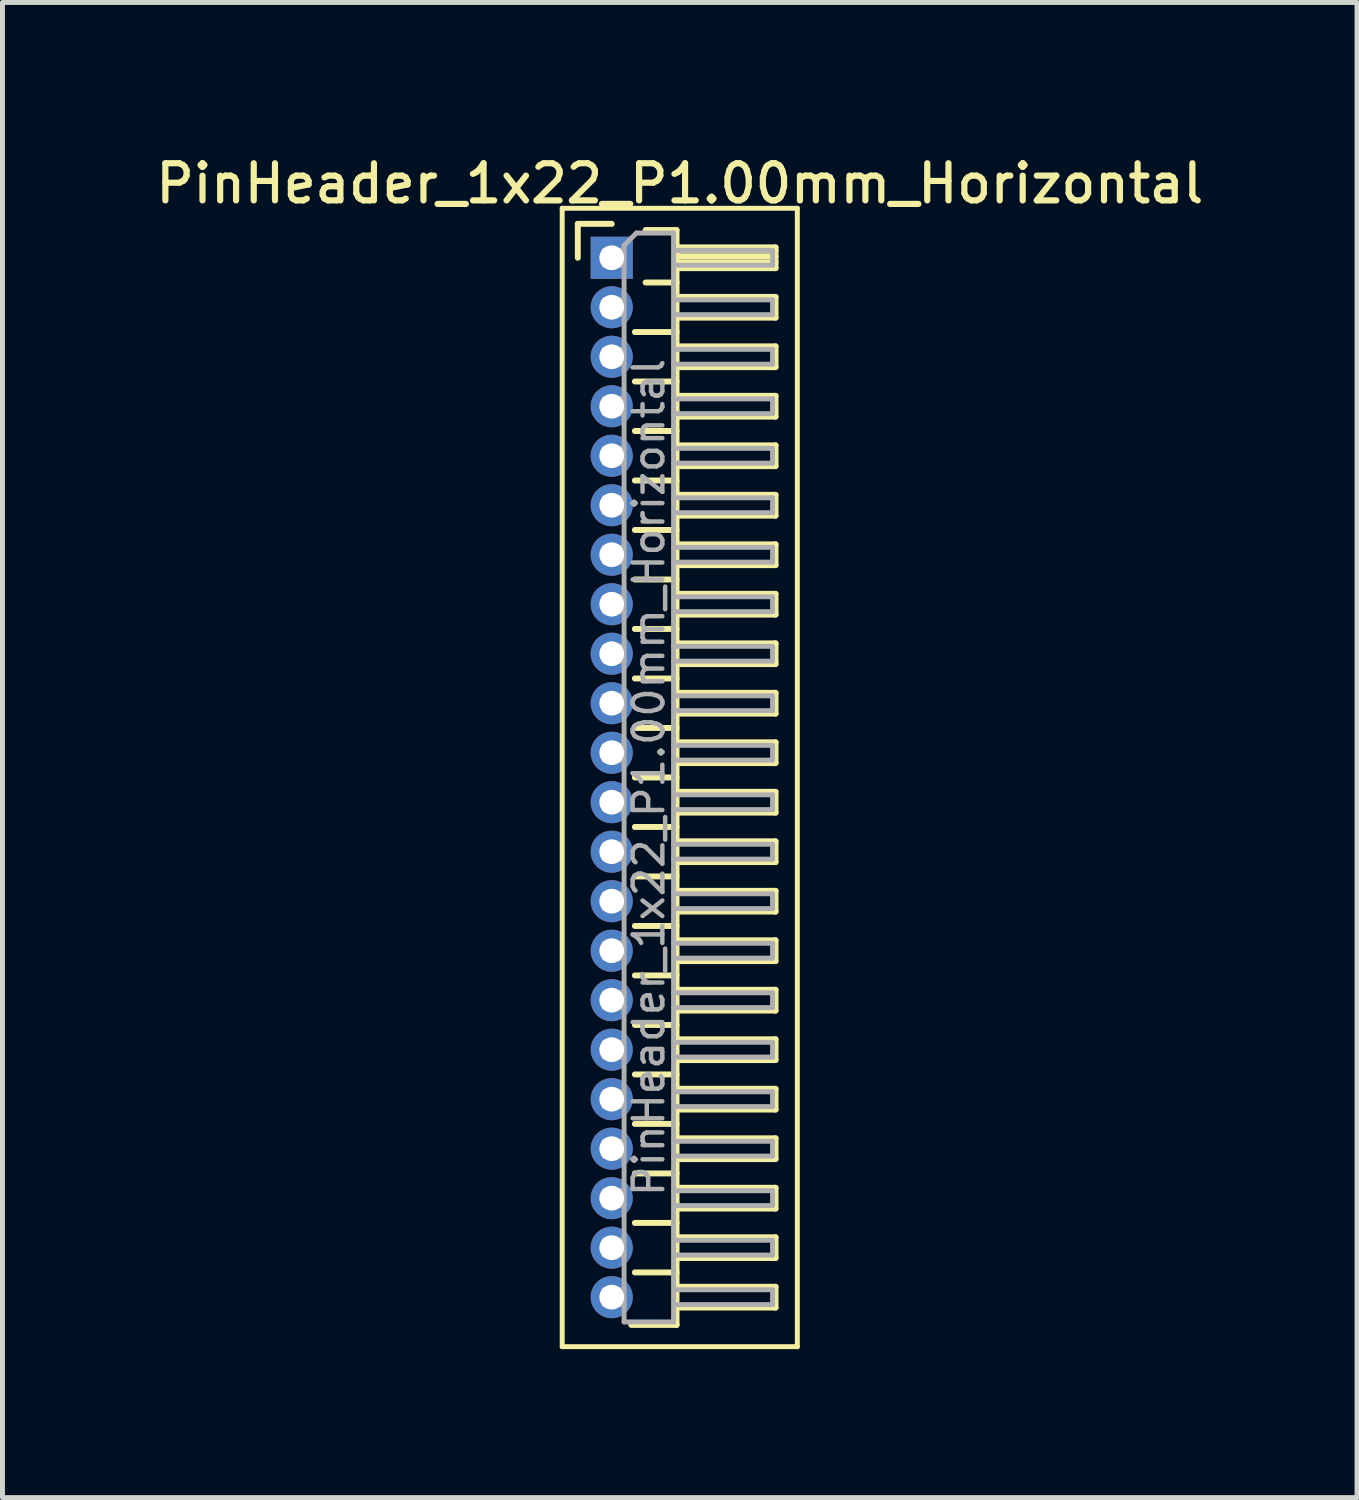
<source format=kicad_pcb>
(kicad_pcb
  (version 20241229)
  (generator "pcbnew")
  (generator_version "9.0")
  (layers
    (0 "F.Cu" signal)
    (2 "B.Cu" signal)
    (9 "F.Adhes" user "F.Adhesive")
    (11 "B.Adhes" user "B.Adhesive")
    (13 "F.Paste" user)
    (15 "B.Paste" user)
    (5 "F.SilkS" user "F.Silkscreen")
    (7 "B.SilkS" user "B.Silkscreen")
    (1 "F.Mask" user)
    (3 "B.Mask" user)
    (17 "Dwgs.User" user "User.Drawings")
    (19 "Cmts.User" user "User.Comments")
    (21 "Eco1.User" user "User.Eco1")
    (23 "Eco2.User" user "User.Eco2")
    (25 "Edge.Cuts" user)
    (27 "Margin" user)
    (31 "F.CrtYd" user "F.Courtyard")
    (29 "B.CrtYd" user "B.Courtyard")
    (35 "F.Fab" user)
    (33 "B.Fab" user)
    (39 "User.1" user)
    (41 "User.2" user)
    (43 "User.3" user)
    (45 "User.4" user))
  (footprint "PinHeader_1x22_P1.00mm_Horizontal"
    (layer "F.Cu")
    (at 9.309 2.158)
    (property "Reference" "PinHeader_1x22_P1.00mm_Horizontal" (at 1.375 -1.5 0) (layer "F.SilkS") (effects (font (size 0.75 0.75) (thickness 0.125))))
    (attr through_hole)
    (fp_line (start -1 -1) (end -1 22) (stroke (width 0.1) (type solid)) (layer "F.SilkS"))
    (fp_line (start -1 22) (end 3.75 22) (stroke (width 0.1) (type solid)) (layer "F.SilkS"))
    (fp_line (start -0.685 -0.685) (end 0 -0.685) (stroke (width 0.12) (type solid)) (layer "F.SilkS"))
    (fp_line (start -0.685 0) (end -0.685 -0.685) (stroke (width 0.12) (type solid)) (layer "F.SilkS"))
    (fp_line (start 0.468 1.5) (end 1.31 1.5) (stroke (width 0.12) (type solid)) (layer "F.SilkS"))
    (fp_line (start 0.468 2.5) (end 1.31 2.5) (stroke (width 0.12) (type solid)) (layer "F.SilkS"))
    (fp_line (start 0.468 3.5) (end 1.31 3.5) (stroke (width 0.12) (type solid)) (layer "F.SilkS"))
    (fp_line (start 0.468 4.5) (end 1.31 4.5) (stroke (width 0.12) (type solid)) (layer "F.SilkS"))
    (fp_line (start 0.468 5.5) (end 1.31 5.5) (stroke (width 0.12) (type solid)) (layer "F.SilkS"))
    (fp_line (start 0.468 6.5) (end 1.31 6.5) (stroke (width 0.12) (type solid)) (layer "F.SilkS"))
    (fp_line (start 0.468 7.5) (end 1.31 7.5) (stroke (width 0.12) (type solid)) (layer "F.SilkS"))
    (fp_line (start 0.468 8.5) (end 1.31 8.5) (stroke (width 0.12) (type solid)) (layer "F.SilkS"))
    (fp_line (start 0.468 9.5) (end 1.31 9.5) (stroke (width 0.12) (type solid)) (layer "F.SilkS"))
    (fp_line (start 0.468 10.5) (end 1.31 10.5) (stroke (width 0.12) (type solid)) (layer "F.SilkS"))
    (fp_line (start 0.468 11.5) (end 1.31 11.5) (stroke (width 0.12) (type solid)) (layer "F.SilkS"))
    (fp_line (start 0.468 12.5) (end 1.31 12.5) (stroke (width 0.12) (type solid)) (layer "F.SilkS"))
    (fp_line (start 0.468 13.5) (end 1.31 13.5) (stroke (width 0.12) (type solid)) (layer "F.SilkS"))
    (fp_line (start 0.468 14.5) (end 1.31 14.5) (stroke (width 0.12) (type solid)) (layer "F.SilkS"))
    (fp_line (start 0.468 15.5) (end 1.31 15.5) (stroke (width 0.12) (type solid)) (layer "F.SilkS"))
    (fp_line (start 0.468 16.5) (end 1.31 16.5) (stroke (width 0.12) (type solid)) (layer "F.SilkS"))
    (fp_line (start 0.468 17.5) (end 1.31 17.5) (stroke (width 0.12) (type solid)) (layer "F.SilkS"))
    (fp_line (start 0.468 18.5) (end 1.31 18.5) (stroke (width 0.12) (type solid)) (layer "F.SilkS"))
    (fp_line (start 0.468 19.5) (end 1.31 19.5) (stroke (width 0.12) (type solid)) (layer "F.SilkS"))
    (fp_line (start 0.468 20.5) (end 1.31 20.5) (stroke (width 0.12) (type solid)) (layer "F.SilkS"))
    (fp_line (start 0.685 -0.56) (end 1.31 -0.56) (stroke (width 0.12) (type solid)) (layer "F.SilkS"))
    (fp_line (start 0.685 0.5) (end 1.31 0.5) (stroke (width 0.12) (type solid)) (layer "F.SilkS"))
    (fp_line (start 1.31 -0.56) (end 1.31 21.56) (stroke (width 0.12) (type solid)) (layer "F.SilkS"))
    (fp_line (start 1.31 -0.21) (end 3.31 -0.21) (stroke (width 0.12) (type solid)) (layer "F.SilkS"))
    (fp_line (start 1.31 -0.15) (end 3.31 -0.15) (stroke (width 0.12) (type solid)) (layer "F.SilkS"))
    (fp_line (start 1.31 -0.03) (end 3.31 -0.03) (stroke (width 0.12) (type solid)) (layer "F.SilkS"))
    (fp_line (start 1.31 0.09) (end 3.31 0.09) (stroke (width 0.12) (type solid)) (layer "F.SilkS"))
    (fp_line (start 1.31 0.79) (end 3.31 0.79) (stroke (width 0.12) (type solid)) (layer "F.SilkS"))
    (fp_line (start 1.31 1.79) (end 3.31 1.79) (stroke (width 0.12) (type solid)) (layer "F.SilkS"))
    (fp_line (start 1.31 2.79) (end 3.31 2.79) (stroke (width 0.12) (type solid)) (layer "F.SilkS"))
    (fp_line (start 1.31 3.79) (end 3.31 3.79) (stroke (width 0.12) (type solid)) (layer "F.SilkS"))
    (fp_line (start 1.31 4.79) (end 3.31 4.79) (stroke (width 0.12) (type solid)) (layer "F.SilkS"))
    (fp_line (start 1.31 5.79) (end 3.31 5.79) (stroke (width 0.12) (type solid)) (layer "F.SilkS"))
    (fp_line (start 1.31 6.79) (end 3.31 6.79) (stroke (width 0.12) (type solid)) (layer "F.SilkS"))
    (fp_line (start 1.31 7.79) (end 3.31 7.79) (stroke (width 0.12) (type solid)) (layer "F.SilkS"))
    (fp_line (start 1.31 8.79) (end 3.31 8.79) (stroke (width 0.12) (type solid)) (layer "F.SilkS"))
    (fp_line (start 1.31 9.79) (end 3.31 9.79) (stroke (width 0.12) (type solid)) (layer "F.SilkS"))
    (fp_line (start 1.31 10.79) (end 3.31 10.79) (stroke (width 0.12) (type solid)) (layer "F.SilkS"))
    (fp_line (start 1.31 11.79) (end 3.31 11.79) (stroke (width 0.12) (type solid)) (layer "F.SilkS"))
    (fp_line (start 1.31 12.79) (end 3.31 12.79) (stroke (width 0.12) (type solid)) (layer "F.SilkS"))
    (fp_line (start 1.31 13.79) (end 3.31 13.79) (stroke (width 0.12) (type solid)) (layer "F.SilkS"))
    (fp_line (start 1.31 14.79) (end 3.31 14.79) (stroke (width 0.12) (type solid)) (layer "F.SilkS"))
    (fp_line (start 1.31 15.79) (end 3.31 15.79) (stroke (width 0.12) (type solid)) (layer "F.SilkS"))
    (fp_line (start 1.31 16.79) (end 3.31 16.79) (stroke (width 0.12) (type solid)) (layer "F.SilkS"))
    (fp_line (start 1.31 17.79) (end 3.31 17.79) (stroke (width 0.12) (type solid)) (layer "F.SilkS"))
    (fp_line (start 1.31 18.79) (end 3.31 18.79) (stroke (width 0.12) (type solid)) (layer "F.SilkS"))
    (fp_line (start 1.31 19.79) (end 3.31 19.79) (stroke (width 0.12) (type solid)) (layer "F.SilkS"))
    (fp_line (start 1.31 20.79) (end 3.31 20.79) (stroke (width 0.12) (type solid)) (layer "F.SilkS"))
    (fp_line (start 1.31 21.56) (end 0.394 21.56) (stroke (width 0.12) (type solid)) (layer "F.SilkS"))
    (fp_line (start 3.31 -0.21) (end 3.31 0.21) (stroke (width 0.12) (type solid)) (layer "F.SilkS"))
    (fp_line (start 3.31 0.21) (end 1.31 0.21) (stroke (width 0.12) (type solid)) (layer "F.SilkS"))
    (fp_line (start 3.31 0.79) (end 3.31 1.21) (stroke (width 0.12) (type solid)) (layer "F.SilkS"))
    (fp_line (start 3.31 1.21) (end 1.31 1.21) (stroke (width 0.12) (type solid)) (layer "F.SilkS"))
    (fp_line (start 3.31 1.79) (end 3.31 2.21) (stroke (width 0.12) (type solid)) (layer "F.SilkS"))
    (fp_line (start 3.31 2.21) (end 1.31 2.21) (stroke (width 0.12) (type solid)) (layer "F.SilkS"))
    (fp_line (start 3.31 2.79) (end 3.31 3.21) (stroke (width 0.12) (type solid)) (layer "F.SilkS"))
    (fp_line (start 3.31 3.21) (end 1.31 3.21) (stroke (width 0.12) (type solid)) (layer "F.SilkS"))
    (fp_line (start 3.31 3.79) (end 3.31 4.21) (stroke (width 0.12) (type solid)) (layer "F.SilkS"))
    (fp_line (start 3.31 4.21) (end 1.31 4.21) (stroke (width 0.12) (type solid)) (layer "F.SilkS"))
    (fp_line (start 3.31 4.79) (end 3.31 5.21) (stroke (width 0.12) (type solid)) (layer "F.SilkS"))
    (fp_line (start 3.31 5.21) (end 1.31 5.21) (stroke (width 0.12) (type solid)) (layer "F.SilkS"))
    (fp_line (start 3.31 5.79) (end 3.31 6.21) (stroke (width 0.12) (type solid)) (layer "F.SilkS"))
    (fp_line (start 3.31 6.21) (end 1.31 6.21) (stroke (width 0.12) (type solid)) (layer "F.SilkS"))
    (fp_line (start 3.31 6.79) (end 3.31 7.21) (stroke (width 0.12) (type solid)) (layer "F.SilkS"))
    (fp_line (start 3.31 7.21) (end 1.31 7.21) (stroke (width 0.12) (type solid)) (layer "F.SilkS"))
    (fp_line (start 3.31 7.79) (end 3.31 8.21) (stroke (width 0.12) (type solid)) (layer "F.SilkS"))
    (fp_line (start 3.31 8.21) (end 1.31 8.21) (stroke (width 0.12) (type solid)) (layer "F.SilkS"))
    (fp_line (start 3.31 8.79) (end 3.31 9.21) (stroke (width 0.12) (type solid)) (layer "F.SilkS"))
    (fp_line (start 3.31 9.21) (end 1.31 9.21) (stroke (width 0.12) (type solid)) (layer "F.SilkS"))
    (fp_line (start 3.31 9.79) (end 3.31 10.21) (stroke (width 0.12) (type solid)) (layer "F.SilkS"))
    (fp_line (start 3.31 10.21) (end 1.31 10.21) (stroke (width 0.12) (type solid)) (layer "F.SilkS"))
    (fp_line (start 3.31 10.79) (end 3.31 11.21) (stroke (width 0.12) (type solid)) (layer "F.SilkS"))
    (fp_line (start 3.31 11.21) (end 1.31 11.21) (stroke (width 0.12) (type solid)) (layer "F.SilkS"))
    (fp_line (start 3.31 11.79) (end 3.31 12.21) (stroke (width 0.12) (type solid)) (layer "F.SilkS"))
    (fp_line (start 3.31 12.21) (end 1.31 12.21) (stroke (width 0.12) (type solid)) (layer "F.SilkS"))
    (fp_line (start 3.31 12.79) (end 3.31 13.21) (stroke (width 0.12) (type solid)) (layer "F.SilkS"))
    (fp_line (start 3.31 13.21) (end 1.31 13.21) (stroke (width 0.12) (type solid)) (layer "F.SilkS"))
    (fp_line (start 3.31 13.79) (end 3.31 14.21) (stroke (width 0.12) (type solid)) (layer "F.SilkS"))
    (fp_line (start 3.31 14.21) (end 1.31 14.21) (stroke (width 0.12) (type solid)) (layer "F.SilkS"))
    (fp_line (start 3.31 14.79) (end 3.31 15.21) (stroke (width 0.12) (type solid)) (layer "F.SilkS"))
    (fp_line (start 3.31 15.21) (end 1.31 15.21) (stroke (width 0.12) (type solid)) (layer "F.SilkS"))
    (fp_line (start 3.31 15.79) (end 3.31 16.21) (stroke (width 0.12) (type solid)) (layer "F.SilkS"))
    (fp_line (start 3.31 16.21) (end 1.31 16.21) (stroke (width 0.12) (type solid)) (layer "F.SilkS"))
    (fp_line (start 3.31 16.79) (end 3.31 17.21) (stroke (width 0.12) (type solid)) (layer "F.SilkS"))
    (fp_line (start 3.31 17.21) (end 1.31 17.21) (stroke (width 0.12) (type solid)) (layer "F.SilkS"))
    (fp_line (start 3.31 17.79) (end 3.31 18.21) (stroke (width 0.12) (type solid)) (layer "F.SilkS"))
    (fp_line (start 3.31 18.21) (end 1.31 18.21) (stroke (width 0.12) (type solid)) (layer "F.SilkS"))
    (fp_line (start 3.31 18.79) (end 3.31 19.21) (stroke (width 0.12) (type solid)) (layer "F.SilkS"))
    (fp_line (start 3.31 19.21) (end 1.31 19.21) (stroke (width 0.12) (type solid)) (layer "F.SilkS"))
    (fp_line (start 3.31 19.79) (end 3.31 20.21) (stroke (width 0.12) (type solid)) (layer "F.SilkS"))
    (fp_line (start 3.31 20.21) (end 1.31 20.21) (stroke (width 0.12) (type solid)) (layer "F.SilkS"))
    (fp_line (start 3.31 20.79) (end 3.31 21.21) (stroke (width 0.12) (type solid)) (layer "F.SilkS"))
    (fp_line (start 3.31 21.21) (end 1.31 21.21) (stroke (width 0.12) (type solid)) (layer "F.SilkS"))
    (fp_line (start 3.75 -1) (end -1 -1) (stroke (width 0.1) (type solid)) (layer "F.SilkS"))
    (fp_line (start 3.75 22) (end 3.75 -1) (stroke (width 0.1) (type solid)) (layer "F.SilkS"))
    (fp_line (start -0.15 -0.15) (end -0.15 0.15) (stroke (width 0.1) (type solid)) (layer "F.Fab"))
    (fp_line (start -0.15 -0.15) (end 0.25 -0.15) (stroke (width 0.1) (type solid)) (layer "F.Fab"))
    (fp_line (start -0.15 0.15) (end 0.25 0.15) (stroke (width 0.1) (type solid)) (layer "F.Fab"))
    (fp_line (start -0.15 0.85) (end -0.15 1.15) (stroke (width 0.1) (type solid)) (layer "F.Fab"))
    (fp_line (start -0.15 0.85) (end 0.25 0.85) (stroke (width 0.1) (type solid)) (layer "F.Fab"))
    (fp_line (start -0.15 1.15) (end 0.25 1.15) (stroke (width 0.1) (type solid)) (layer "F.Fab"))
    (fp_line (start -0.15 1.85) (end -0.15 2.15) (stroke (width 0.1) (type solid)) (layer "F.Fab"))
    (fp_line (start -0.15 1.85) (end 0.25 1.85) (stroke (width 0.1) (type solid)) (layer "F.Fab"))
    (fp_line (start -0.15 2.15) (end 0.25 2.15) (stroke (width 0.1) (type solid)) (layer "F.Fab"))
    (fp_line (start -0.15 2.85) (end -0.15 3.15) (stroke (width 0.1) (type solid)) (layer "F.Fab"))
    (fp_line (start -0.15 2.85) (end 0.25 2.85) (stroke (width 0.1) (type solid)) (layer "F.Fab"))
    (fp_line (start -0.15 3.15) (end 0.25 3.15) (stroke (width 0.1) (type solid)) (layer "F.Fab"))
    (fp_line (start -0.15 3.85) (end -0.15 4.15) (stroke (width 0.1) (type solid)) (layer "F.Fab"))
    (fp_line (start -0.15 3.85) (end 0.25 3.85) (stroke (width 0.1) (type solid)) (layer "F.Fab"))
    (fp_line (start -0.15 4.15) (end 0.25 4.15) (stroke (width 0.1) (type solid)) (layer "F.Fab"))
    (fp_line (start -0.15 4.85) (end -0.15 5.15) (stroke (width 0.1) (type solid)) (layer "F.Fab"))
    (fp_line (start -0.15 4.85) (end 0.25 4.85) (stroke (width 0.1) (type solid)) (layer "F.Fab"))
    (fp_line (start -0.15 5.15) (end 0.25 5.15) (stroke (width 0.1) (type solid)) (layer "F.Fab"))
    (fp_line (start -0.15 5.85) (end -0.15 6.15) (stroke (width 0.1) (type solid)) (layer "F.Fab"))
    (fp_line (start -0.15 5.85) (end 0.25 5.85) (stroke (width 0.1) (type solid)) (layer "F.Fab"))
    (fp_line (start -0.15 6.15) (end 0.25 6.15) (stroke (width 0.1) (type solid)) (layer "F.Fab"))
    (fp_line (start -0.15 6.85) (end -0.15 7.15) (stroke (width 0.1) (type solid)) (layer "F.Fab"))
    (fp_line (start -0.15 6.85) (end 0.25 6.85) (stroke (width 0.1) (type solid)) (layer "F.Fab"))
    (fp_line (start -0.15 7.15) (end 0.25 7.15) (stroke (width 0.1) (type solid)) (layer "F.Fab"))
    (fp_line (start -0.15 7.85) (end -0.15 8.15) (stroke (width 0.1) (type solid)) (layer "F.Fab"))
    (fp_line (start -0.15 7.85) (end 0.25 7.85) (stroke (width 0.1) (type solid)) (layer "F.Fab"))
    (fp_line (start -0.15 8.15) (end 0.25 8.15) (stroke (width 0.1) (type solid)) (layer "F.Fab"))
    (fp_line (start -0.15 8.85) (end -0.15 9.15) (stroke (width 0.1) (type solid)) (layer "F.Fab"))
    (fp_line (start -0.15 8.85) (end 0.25 8.85) (stroke (width 0.1) (type solid)) (layer "F.Fab"))
    (fp_line (start -0.15 9.15) (end 0.25 9.15) (stroke (width 0.1) (type solid)) (layer "F.Fab"))
    (fp_line (start -0.15 9.85) (end -0.15 10.15) (stroke (width 0.1) (type solid)) (layer "F.Fab"))
    (fp_line (start -0.15 9.85) (end 0.25 9.85) (stroke (width 0.1) (type solid)) (layer "F.Fab"))
    (fp_line (start -0.15 10.15) (end 0.25 10.15) (stroke (width 0.1) (type solid)) (layer "F.Fab"))
    (fp_line (start -0.15 10.85) (end -0.15 11.15) (stroke (width 0.1) (type solid)) (layer "F.Fab"))
    (fp_line (start -0.15 10.85) (end 0.25 10.85) (stroke (width 0.1) (type solid)) (layer "F.Fab"))
    (fp_line (start -0.15 11.15) (end 0.25 11.15) (stroke (width 0.1) (type solid)) (layer "F.Fab"))
    (fp_line (start -0.15 11.85) (end -0.15 12.15) (stroke (width 0.1) (type solid)) (layer "F.Fab"))
    (fp_line (start -0.15 11.85) (end 0.25 11.85) (stroke (width 0.1) (type solid)) (layer "F.Fab"))
    (fp_line (start -0.15 12.15) (end 0.25 12.15) (stroke (width 0.1) (type solid)) (layer "F.Fab"))
    (fp_line (start -0.15 12.85) (end -0.15 13.15) (stroke (width 0.1) (type solid)) (layer "F.Fab"))
    (fp_line (start -0.15 12.85) (end 0.25 12.85) (stroke (width 0.1) (type solid)) (layer "F.Fab"))
    (fp_line (start -0.15 13.15) (end 0.25 13.15) (stroke (width 0.1) (type solid)) (layer "F.Fab"))
    (fp_line (start -0.15 13.85) (end -0.15 14.15) (stroke (width 0.1) (type solid)) (layer "F.Fab"))
    (fp_line (start -0.15 13.85) (end 0.25 13.85) (stroke (width 0.1) (type solid)) (layer "F.Fab"))
    (fp_line (start -0.15 14.15) (end 0.25 14.15) (stroke (width 0.1) (type solid)) (layer "F.Fab"))
    (fp_line (start -0.15 14.85) (end -0.15 15.15) (stroke (width 0.1) (type solid)) (layer "F.Fab"))
    (fp_line (start -0.15 14.85) (end 0.25 14.85) (stroke (width 0.1) (type solid)) (layer "F.Fab"))
    (fp_line (start -0.15 15.15) (end 0.25 15.15) (stroke (width 0.1) (type solid)) (layer "F.Fab"))
    (fp_line (start -0.15 15.85) (end -0.15 16.15) (stroke (width 0.1) (type solid)) (layer "F.Fab"))
    (fp_line (start -0.15 15.85) (end 0.25 15.85) (stroke (width 0.1) (type solid)) (layer "F.Fab"))
    (fp_line (start -0.15 16.15) (end 0.25 16.15) (stroke (width 0.1) (type solid)) (layer "F.Fab"))
    (fp_line (start -0.15 16.85) (end -0.15 17.15) (stroke (width 0.1) (type solid)) (layer "F.Fab"))
    (fp_line (start -0.15 16.85) (end 0.25 16.85) (stroke (width 0.1) (type solid)) (layer "F.Fab"))
    (fp_line (start -0.15 17.15) (end 0.25 17.15) (stroke (width 0.1) (type solid)) (layer "F.Fab"))
    (fp_line (start -0.15 17.85) (end -0.15 18.15) (stroke (width 0.1) (type solid)) (layer "F.Fab"))
    (fp_line (start -0.15 17.85) (end 0.25 17.85) (stroke (width 0.1) (type solid)) (layer "F.Fab"))
    (fp_line (start -0.15 18.15) (end 0.25 18.15) (stroke (width 0.1) (type solid)) (layer "F.Fab"))
    (fp_line (start -0.15 18.85) (end -0.15 19.15) (stroke (width 0.1) (type solid)) (layer "F.Fab"))
    (fp_line (start -0.15 18.85) (end 0.25 18.85) (stroke (width 0.1) (type solid)) (layer "F.Fab"))
    (fp_line (start -0.15 19.15) (end 0.25 19.15) (stroke (width 0.1) (type solid)) (layer "F.Fab"))
    (fp_line (start -0.15 19.85) (end -0.15 20.15) (stroke (width 0.1) (type solid)) (layer "F.Fab"))
    (fp_line (start -0.15 19.85) (end 0.25 19.85) (stroke (width 0.1) (type solid)) (layer "F.Fab"))
    (fp_line (start -0.15 20.15) (end 0.25 20.15) (stroke (width 0.1) (type solid)) (layer "F.Fab"))
    (fp_line (start -0.15 20.85) (end -0.15 21.15) (stroke (width 0.1) (type solid)) (layer "F.Fab"))
    (fp_line (start -0.15 20.85) (end 0.25 20.85) (stroke (width 0.1) (type solid)) (layer "F.Fab"))
    (fp_line (start -0.15 21.15) (end 0.25 21.15) (stroke (width 0.1) (type solid)) (layer "F.Fab"))
    (fp_line (start 0.25 -0.25) (end 0.5 -0.5) (stroke (width 0.1) (type solid)) (layer "F.Fab"))
    (fp_line (start 0.25 21.5) (end 0.25 -0.25) (stroke (width 0.1) (type solid)) (layer "F.Fab"))
    (fp_line (start 0.5 -0.5) (end 1.25 -0.5) (stroke (width 0.1) (type solid)) (layer "F.Fab"))
    (fp_line (start 1.25 -0.5) (end 1.25 21.5) (stroke (width 0.1) (type solid)) (layer "F.Fab"))
    (fp_line (start 1.25 -0.15) (end 3.25 -0.15) (stroke (width 0.1) (type solid)) (layer "F.Fab"))
    (fp_line (start 1.25 0.15) (end 3.25 0.15) (stroke (width 0.1) (type solid)) (layer "F.Fab"))
    (fp_line (start 1.25 0.85) (end 3.25 0.85) (stroke (width 0.1) (type solid)) (layer "F.Fab"))
    (fp_line (start 1.25 1.15) (end 3.25 1.15) (stroke (width 0.1) (type solid)) (layer "F.Fab"))
    (fp_line (start 1.25 1.85) (end 3.25 1.85) (stroke (width 0.1) (type solid)) (layer "F.Fab"))
    (fp_line (start 1.25 2.15) (end 3.25 2.15) (stroke (width 0.1) (type solid)) (layer "F.Fab"))
    (fp_line (start 1.25 2.85) (end 3.25 2.85) (stroke (width 0.1) (type solid)) (layer "F.Fab"))
    (fp_line (start 1.25 3.15) (end 3.25 3.15) (stroke (width 0.1) (type solid)) (layer "F.Fab"))
    (fp_line (start 1.25 3.85) (end 3.25 3.85) (stroke (width 0.1) (type solid)) (layer "F.Fab"))
    (fp_line (start 1.25 4.15) (end 3.25 4.15) (stroke (width 0.1) (type solid)) (layer "F.Fab"))
    (fp_line (start 1.25 4.85) (end 3.25 4.85) (stroke (width 0.1) (type solid)) (layer "F.Fab"))
    (fp_line (start 1.25 5.15) (end 3.25 5.15) (stroke (width 0.1) (type solid)) (layer "F.Fab"))
    (fp_line (start 1.25 5.85) (end 3.25 5.85) (stroke (width 0.1) (type solid)) (layer "F.Fab"))
    (fp_line (start 1.25 6.15) (end 3.25 6.15) (stroke (width 0.1) (type solid)) (layer "F.Fab"))
    (fp_line (start 1.25 6.85) (end 3.25 6.85) (stroke (width 0.1) (type solid)) (layer "F.Fab"))
    (fp_line (start 1.25 7.15) (end 3.25 7.15) (stroke (width 0.1) (type solid)) (layer "F.Fab"))
    (fp_line (start 1.25 7.85) (end 3.25 7.85) (stroke (width 0.1) (type solid)) (layer "F.Fab"))
    (fp_line (start 1.25 8.15) (end 3.25 8.15) (stroke (width 0.1) (type solid)) (layer "F.Fab"))
    (fp_line (start 1.25 8.85) (end 3.25 8.85) (stroke (width 0.1) (type solid)) (layer "F.Fab"))
    (fp_line (start 1.25 9.15) (end 3.25 9.15) (stroke (width 0.1) (type solid)) (layer "F.Fab"))
    (fp_line (start 1.25 9.85) (end 3.25 9.85) (stroke (width 0.1) (type solid)) (layer "F.Fab"))
    (fp_line (start 1.25 10.15) (end 3.25 10.15) (stroke (width 0.1) (type solid)) (layer "F.Fab"))
    (fp_line (start 1.25 10.85) (end 3.25 10.85) (stroke (width 0.1) (type solid)) (layer "F.Fab"))
    (fp_line (start 1.25 11.15) (end 3.25 11.15) (stroke (width 0.1) (type solid)) (layer "F.Fab"))
    (fp_line (start 1.25 11.85) (end 3.25 11.85) (stroke (width 0.1) (type solid)) (layer "F.Fab"))
    (fp_line (start 1.25 12.15) (end 3.25 12.15) (stroke (width 0.1) (type solid)) (layer "F.Fab"))
    (fp_line (start 1.25 12.85) (end 3.25 12.85) (stroke (width 0.1) (type solid)) (layer "F.Fab"))
    (fp_line (start 1.25 13.15) (end 3.25 13.15) (stroke (width 0.1) (type solid)) (layer "F.Fab"))
    (fp_line (start 1.25 13.85) (end 3.25 13.85) (stroke (width 0.1) (type solid)) (layer "F.Fab"))
    (fp_line (start 1.25 14.15) (end 3.25 14.15) (stroke (width 0.1) (type solid)) (layer "F.Fab"))
    (fp_line (start 1.25 14.85) (end 3.25 14.85) (stroke (width 0.1) (type solid)) (layer "F.Fab"))
    (fp_line (start 1.25 15.15) (end 3.25 15.15) (stroke (width 0.1) (type solid)) (layer "F.Fab"))
    (fp_line (start 1.25 15.85) (end 3.25 15.85) (stroke (width 0.1) (type solid)) (layer "F.Fab"))
    (fp_line (start 1.25 16.15) (end 3.25 16.15) (stroke (width 0.1) (type solid)) (layer "F.Fab"))
    (fp_line (start 1.25 16.85) (end 3.25 16.85) (stroke (width 0.1) (type solid)) (layer "F.Fab"))
    (fp_line (start 1.25 17.15) (end 3.25 17.15) (stroke (width 0.1) (type solid)) (layer "F.Fab"))
    (fp_line (start 1.25 17.85) (end 3.25 17.85) (stroke (width 0.1) (type solid)) (layer "F.Fab"))
    (fp_line (start 1.25 18.15) (end 3.25 18.15) (stroke (width 0.1) (type solid)) (layer "F.Fab"))
    (fp_line (start 1.25 18.85) (end 3.25 18.85) (stroke (width 0.1) (type solid)) (layer "F.Fab"))
    (fp_line (start 1.25 19.15) (end 3.25 19.15) (stroke (width 0.1) (type solid)) (layer "F.Fab"))
    (fp_line (start 1.25 19.85) (end 3.25 19.85) (stroke (width 0.1) (type solid)) (layer "F.Fab"))
    (fp_line (start 1.25 20.15) (end 3.25 20.15) (stroke (width 0.1) (type solid)) (layer "F.Fab"))
    (fp_line (start 1.25 20.85) (end 3.25 20.85) (stroke (width 0.1) (type solid)) (layer "F.Fab"))
    (fp_line (start 1.25 21.15) (end 3.25 21.15) (stroke (width 0.1) (type solid)) (layer "F.Fab"))
    (fp_line (start 1.25 21.5) (end 0.25 21.5) (stroke (width 0.1) (type solid)) (layer "F.Fab"))
    (fp_line (start 3.25 -0.15) (end 3.25 0.15) (stroke (width 0.1) (type solid)) (layer "F.Fab"))
    (fp_line (start 3.25 0.85) (end 3.25 1.15) (stroke (width 0.1) (type solid)) (layer "F.Fab"))
    (fp_line (start 3.25 1.85) (end 3.25 2.15) (stroke (width 0.1) (type solid)) (layer "F.Fab"))
    (fp_line (start 3.25 2.85) (end 3.25 3.15) (stroke (width 0.1) (type solid)) (layer "F.Fab"))
    (fp_line (start 3.25 3.85) (end 3.25 4.15) (stroke (width 0.1) (type solid)) (layer "F.Fab"))
    (fp_line (start 3.25 4.85) (end 3.25 5.15) (stroke (width 0.1) (type solid)) (layer "F.Fab"))
    (fp_line (start 3.25 5.85) (end 3.25 6.15) (stroke (width 0.1) (type solid)) (layer "F.Fab"))
    (fp_line (start 3.25 6.85) (end 3.25 7.15) (stroke (width 0.1) (type solid)) (layer "F.Fab"))
    (fp_line (start 3.25 7.85) (end 3.25 8.15) (stroke (width 0.1) (type solid)) (layer "F.Fab"))
    (fp_line (start 3.25 8.85) (end 3.25 9.15) (stroke (width 0.1) (type solid)) (layer "F.Fab"))
    (fp_line (start 3.25 9.85) (end 3.25 10.15) (stroke (width 0.1) (type solid)) (layer "F.Fab"))
    (fp_line (start 3.25 10.85) (end 3.25 11.15) (stroke (width 0.1) (type solid)) (layer "F.Fab"))
    (fp_line (start 3.25 11.85) (end 3.25 12.15) (stroke (width 0.1) (type solid)) (layer "F.Fab"))
    (fp_line (start 3.25 12.85) (end 3.25 13.15) (stroke (width 0.1) (type solid)) (layer "F.Fab"))
    (fp_line (start 3.25 13.85) (end 3.25 14.15) (stroke (width 0.1) (type solid)) (layer "F.Fab"))
    (fp_line (start 3.25 14.85) (end 3.25 15.15) (stroke (width 0.1) (type solid)) (layer "F.Fab"))
    (fp_line (start 3.25 15.85) (end 3.25 16.15) (stroke (width 0.1) (type solid)) (layer "F.Fab"))
    (fp_line (start 3.25 16.85) (end 3.25 17.15) (stroke (width 0.1) (type solid)) (layer "F.Fab"))
    (fp_line (start 3.25 17.85) (end 3.25 18.15) (stroke (width 0.1) (type solid)) (layer "F.Fab"))
    (fp_line (start 3.25 18.85) (end 3.25 19.15) (stroke (width 0.1) (type solid)) (layer "F.Fab"))
    (fp_line (start 3.25 19.85) (end 3.25 20.15) (stroke (width 0.1) (type solid)) (layer "F.Fab"))
    (fp_line (start 3.25 20.85) (end 3.25 21.15) (stroke (width 0.1) (type solid)) (layer "F.Fab"))
    (fp_text user "${REFERENCE}" (at 0.75 10.5 90) (layer "F.Fab") (effects (font (size 0.6 0.6) (thickness 0.09))))
    (pad "1" thru_hole rect (at 0 0) (size 0.85 0.85) (drill 0.5) (layers "*.Cu" "*.Mask"))
    (pad "2" thru_hole oval (at 0 1) (size 0.85 0.85) (drill 0.5) (layers "*.Cu" "*.Mask"))
    (pad "3" thru_hole oval (at 0 2) (size 0.85 0.85) (drill 0.5) (layers "*.Cu" "*.Mask"))
    (pad "4" thru_hole oval (at 0 3) (size 0.85 0.85) (drill 0.5) (layers "*.Cu" "*.Mask"))
    (pad "5" thru_hole oval (at 0 4) (size 0.85 0.85) (drill 0.5) (layers "*.Cu" "*.Mask"))
    (pad "6" thru_hole oval (at 0 5) (size 0.85 0.85) (drill 0.5) (layers "*.Cu" "*.Mask"))
    (pad "7" thru_hole oval (at 0 6) (size 0.85 0.85) (drill 0.5) (layers "*.Cu" "*.Mask"))
    (pad "8" thru_hole oval (at 0 7) (size 0.85 0.85) (drill 0.5) (layers "*.Cu" "*.Mask"))
    (pad "9" thru_hole oval (at 0 8) (size 0.85 0.85) (drill 0.5) (layers "*.Cu" "*.Mask"))
    (pad "10" thru_hole oval (at 0 9) (size 0.85 0.85) (drill 0.5) (layers "*.Cu" "*.Mask"))
    (pad "11" thru_hole oval (at 0 10) (size 0.85 0.85) (drill 0.5) (layers "*.Cu" "*.Mask"))
    (pad "12" thru_hole oval (at 0 11) (size 0.85 0.85) (drill 0.5) (layers "*.Cu" "*.Mask"))
    (pad "13" thru_hole oval (at 0 12) (size 0.85 0.85) (drill 0.5) (layers "*.Cu" "*.Mask"))
    (pad "14" thru_hole oval (at 0 13) (size 0.85 0.85) (drill 0.5) (layers "*.Cu" "*.Mask"))
    (pad "15" thru_hole oval (at 0 14) (size 0.85 0.85) (drill 0.5) (layers "*.Cu" "*.Mask"))
    (pad "16" thru_hole oval (at 0 15) (size 0.85 0.85) (drill 0.5) (layers "*.Cu" "*.Mask"))
    (pad "17" thru_hole oval (at 0 16) (size 0.85 0.85) (drill 0.5) (layers "*.Cu" "*.Mask"))
    (pad "18" thru_hole oval (at 0 17) (size 0.85 0.85) (drill 0.5) (layers "*.Cu" "*.Mask"))
    (pad "19" thru_hole oval (at 0 18) (size 0.85 0.85) (drill 0.5) (layers "*.Cu" "*.Mask"))
    (pad "20" thru_hole oval (at 0 19) (size 0.85 0.85) (drill 0.5) (layers "*.Cu" "*.Mask"))
    (pad "21" thru_hole oval (at 0 20) (size 0.85 0.85) (drill 0.5) (layers "*.Cu" "*.Mask"))
    (pad "22" thru_hole oval (at 0 21) (size 0.85 0.85) (drill 0.5) (layers "*.Cu" "*.Mask")))
  (gr_rect
    (start -3 -3)
    (end 24.368 27.208)
    (stroke (width 0.1) (type default))
    (fill no)
    (layer "Edge.Cuts")))
</source>
